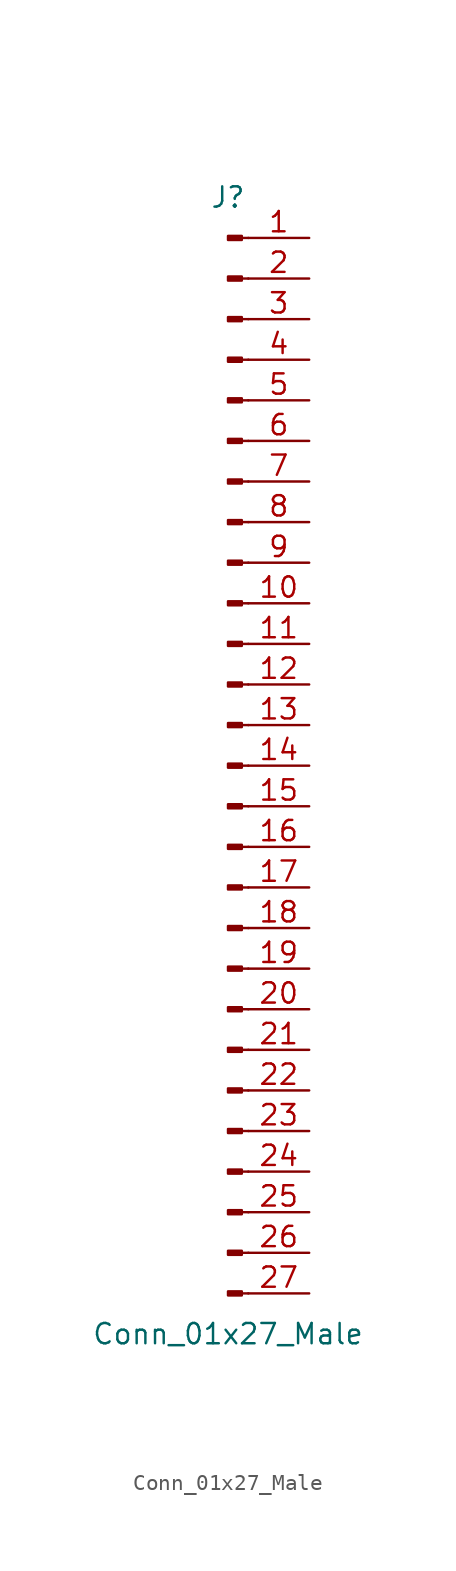
<source format=kicad_sym>
(kicad_symbol_lib
  (version 20220914)
  (generator kicad_symbol_editor)
  (symbol "Conn_01x27_Male"
    (pin_names
      (offset 1.016) hide)
    (property "Reference" "J"
      (at 0 35.56 0)
      (effects (font (size 1.27 1.27))))
    (property "Value" "Conn_01x27_Male"
      (at 0 -35.56 0)
      (effects (font (size 1.27 1.27))))
    (symbol "Conn_01x27_Male_1_1"
      (polyline (pts (xy 1.27 -33.02) (xy 0.864 -33.02)) (stroke (width 0.152) (type solid)) (fill (type none)))
      (polyline (pts (xy 1.27 -30.48) (xy 0.864 -30.48)) (stroke (width 0.152) (type solid)) (fill (type none)))
      (polyline (pts (xy 1.27 -27.94) (xy 0.864 -27.94)) (stroke (width 0.152) (type solid)) (fill (type none)))
      (polyline (pts (xy 1.27 -25.4) (xy 0.864 -25.4)) (stroke (width 0.152) (type solid)) (fill (type none)))
      (polyline (pts (xy 1.27 -22.86) (xy 0.864 -22.86)) (stroke (width 0.152) (type solid)) (fill (type none)))
      (polyline (pts (xy 1.27 -20.32) (xy 0.864 -20.32)) (stroke (width 0.152) (type solid)) (fill (type none)))
      (polyline (pts (xy 1.27 -17.78) (xy 0.864 -17.78)) (stroke (width 0.152) (type solid)) (fill (type none)))
      (polyline (pts (xy 1.27 -15.24) (xy 0.864 -15.24)) (stroke (width 0.152) (type solid)) (fill (type none)))
      (polyline (pts (xy 1.27 -12.7) (xy 0.864 -12.7)) (stroke (width 0.152) (type solid)) (fill (type none)))
      (polyline (pts (xy 1.27 -10.16) (xy 0.864 -10.16)) (stroke (width 0.152) (type solid)) (fill (type none)))
      (polyline (pts (xy 1.27 -7.62) (xy 0.864 -7.62)) (stroke (width 0.152) (type solid)) (fill (type none)))
      (polyline (pts (xy 1.27 -5.08) (xy 0.864 -5.08)) (stroke (width 0.152) (type solid)) (fill (type none)))
      (polyline (pts (xy 1.27 -2.54) (xy 0.864 -2.54)) (stroke (width 0.152) (type solid)) (fill (type none)))
      (polyline (pts (xy 1.27 0) (xy 0.864 0)) (stroke (width 0.152) (type solid)) (fill (type none)))
      (polyline (pts (xy 1.27 2.54) (xy 0.864 2.54)) (stroke (width 0.152) (type solid)) (fill (type none)))
      (polyline (pts (xy 1.27 5.08) (xy 0.864 5.08)) (stroke (width 0.152) (type solid)) (fill (type none)))
      (polyline (pts (xy 1.27 7.62) (xy 0.864 7.62)) (stroke (width 0.152) (type solid)) (fill (type none)))
      (polyline (pts (xy 1.27 10.16) (xy 0.864 10.16)) (stroke (width 0.152) (type solid)) (fill (type none)))
      (polyline (pts (xy 1.27 12.7) (xy 0.864 12.7)) (stroke (width 0.152) (type solid)) (fill (type none)))
      (polyline (pts (xy 1.27 15.24) (xy 0.864 15.24)) (stroke (width 0.152) (type solid)) (fill (type none)))
      (polyline (pts (xy 1.27 17.78) (xy 0.864 17.78)) (stroke (width 0.152) (type solid)) (fill (type none)))
      (polyline (pts (xy 1.27 20.32) (xy 0.864 20.32)) (stroke (width 0.152) (type solid)) (fill (type none)))
      (polyline (pts (xy 1.27 22.86) (xy 0.864 22.86)) (stroke (width 0.152) (type solid)) (fill (type none)))
      (polyline (pts (xy 1.27 25.4) (xy 0.864 25.4)) (stroke (width 0.152) (type solid)) (fill (type none)))
      (polyline (pts (xy 1.27 27.94) (xy 0.864 27.94)) (stroke (width 0.152) (type solid)) (fill (type none)))
      (polyline (pts (xy 1.27 30.48) (xy 0.864 30.48)) (stroke (width 0.152) (type solid)) (fill (type none)))
      (polyline (pts (xy 1.27 33.02) (xy 0.864 33.02)) (stroke (width 0.152) (type solid)) (fill (type none)))
      (rectangle (start 0.864 -32.893) (end 0 -33.147) (stroke (width 0.152) (type solid)) (fill (type outline)))
      (rectangle (start 0.864 -30.353) (end 0 -30.607) (stroke (width 0.152) (type solid)) (fill (type outline)))
      (rectangle (start 0.864 -27.813) (end 0 -28.067) (stroke (width 0.152) (type solid)) (fill (type outline)))
      (rectangle (start 0.864 -25.273) (end 0 -25.527) (stroke (width 0.152) (type solid)) (fill (type outline)))
      (rectangle (start 0.864 -22.733) (end 0 -22.987) (stroke (width 0.152) (type solid)) (fill (type outline)))
      (rectangle (start 0.864 -20.193) (end 0 -20.447) (stroke (width 0.152) (type solid)) (fill (type outline)))
      (rectangle (start 0.864 -17.653) (end 0 -17.907) (stroke (width 0.152) (type solid)) (fill (type outline)))
      (rectangle (start 0.864 -15.113) (end 0 -15.367) (stroke (width 0.152) (type solid)) (fill (type outline)))
      (rectangle (start 0.864 -12.573) (end 0 -12.827) (stroke (width 0.152) (type solid)) (fill (type outline)))
      (rectangle (start 0.864 -10.033) (end 0 -10.287) (stroke (width 0.152) (type solid)) (fill (type outline)))
      (rectangle (start 0.864 -7.493) (end 0 -7.747) (stroke (width 0.152) (type solid)) (fill (type outline)))
      (rectangle (start 0.864 -4.953) (end 0 -5.207) (stroke (width 0.152) (type solid)) (fill (type outline)))
      (rectangle (start 0.864 -2.413) (end 0 -2.667) (stroke (width 0.152) (type solid)) (fill (type outline)))
      (rectangle (start 0.864 0.127) (end 0 -0.127) (stroke (width 0.152) (type solid)) (fill (type outline)))
      (rectangle (start 0.864 2.667) (end 0 2.413) (stroke (width 0.152) (type solid)) (fill (type outline)))
      (rectangle (start 0.864 5.207) (end 0 4.953) (stroke (width 0.152) (type solid)) (fill (type outline)))
      (rectangle (start 0.864 7.747) (end 0 7.493) (stroke (width 0.152) (type solid)) (fill (type outline)))
      (rectangle (start 0.864 10.287) (end 0 10.033) (stroke (width 0.152) (type solid)) (fill (type outline)))
      (rectangle (start 0.864 12.827) (end 0 12.573) (stroke (width 0.152) (type solid)) (fill (type outline)))
      (rectangle (start 0.864 15.367) (end 0 15.113) (stroke (width 0.152) (type solid)) (fill (type outline)))
      (rectangle (start 0.864 17.907) (end 0 17.653) (stroke (width 0.152) (type solid)) (fill (type outline)))
      (rectangle (start 0.864 20.447) (end 0 20.193) (stroke (width 0.152) (type solid)) (fill (type outline)))
      (rectangle (start 0.864 22.987) (end 0 22.733) (stroke (width 0.152) (type solid)) (fill (type outline)))
      (rectangle (start 0.864 25.527) (end 0 25.273) (stroke (width 0.152) (type solid)) (fill (type outline)))
      (rectangle (start 0.864 28.067) (end 0 27.813) (stroke (width 0.152) (type solid)) (fill (type outline)))
      (rectangle (start 0.864 30.607) (end 0 30.353) (stroke (width 0.152) (type solid)) (fill (type outline)))
      (rectangle (start 0.864 33.147) (end 0 32.893) (stroke (width 0.152) (type solid)) (fill (type outline)))
      (pin passive line (at 5.08 33.02 180) (length 3.81) (name "Pin_1" (effects (font (size 1.27 1.27)))) (number "1" (effects (font (size 1.27 1.27)))))
      (pin passive line (at 5.08 10.16 180) (length 3.81) (name "Pin_10" (effects (font (size 1.27 1.27)))) (number "10" (effects (font (size 1.27 1.27)))))
      (pin passive line (at 5.08 7.62 180) (length 3.81) (name "Pin_11" (effects (font (size 1.27 1.27)))) (number "11" (effects (font (size 1.27 1.27)))))
      (pin passive line (at 5.08 5.08 180) (length 3.81) (name "Pin_12" (effects (font (size 1.27 1.27)))) (number "12" (effects (font (size 1.27 1.27)))))
      (pin passive line (at 5.08 2.54 180) (length 3.81) (name "Pin_13" (effects (font (size 1.27 1.27)))) (number "13" (effects (font (size 1.27 1.27)))))
      (pin passive line (at 5.08 0 180) (length 3.81) (name "Pin_14" (effects (font (size 1.27 1.27)))) (number "14" (effects (font (size 1.27 1.27)))))
      (pin passive line (at 5.08 -2.54 180) (length 3.81) (name "Pin_15" (effects (font (size 1.27 1.27)))) (number "15" (effects (font (size 1.27 1.27)))))
      (pin passive line (at 5.08 -5.08 180) (length 3.81) (name "Pin_16" (effects (font (size 1.27 1.27)))) (number "16" (effects (font (size 1.27 1.27)))))
      (pin passive line (at 5.08 -7.62 180) (length 3.81) (name "Pin_17" (effects (font (size 1.27 1.27)))) (number "17" (effects (font (size 1.27 1.27)))))
      (pin passive line (at 5.08 -10.16 180) (length 3.81) (name "Pin_18" (effects (font (size 1.27 1.27)))) (number "18" (effects (font (size 1.27 1.27)))))
      (pin passive line (at 5.08 -12.7 180) (length 3.81) (name "Pin_19" (effects (font (size 1.27 1.27)))) (number "19" (effects (font (size 1.27 1.27)))))
      (pin passive line (at 5.08 30.48 180) (length 3.81) (name "Pin_2" (effects (font (size 1.27 1.27)))) (number "2" (effects (font (size 1.27 1.27)))))
      (pin passive line (at 5.08 -15.24 180) (length 3.81) (name "Pin_20" (effects (font (size 1.27 1.27)))) (number "20" (effects (font (size 1.27 1.27)))))
      (pin passive line (at 5.08 -17.78 180) (length 3.81) (name "Pin_21" (effects (font (size 1.27 1.27)))) (number "21" (effects (font (size 1.27 1.27)))))
      (pin passive line (at 5.08 -20.32 180) (length 3.81) (name "Pin_22" (effects (font (size 1.27 1.27)))) (number "22" (effects (font (size 1.27 1.27)))))
      (pin passive line (at 5.08 -22.86 180) (length 3.81) (name "Pin_23" (effects (font (size 1.27 1.27)))) (number "23" (effects (font (size 1.27 1.27)))))
      (pin passive line (at 5.08 -25.4 180) (length 3.81) (name "Pin_24" (effects (font (size 1.27 1.27)))) (number "24" (effects (font (size 1.27 1.27)))))
      (pin passive line (at 5.08 -27.94 180) (length 3.81) (name "Pin_25" (effects (font (size 1.27 1.27)))) (number "25" (effects (font (size 1.27 1.27)))))
      (pin passive line (at 5.08 -30.48 180) (length 3.81) (name "Pin_26" (effects (font (size 1.27 1.27)))) (number "26" (effects (font (size 1.27 1.27)))))
      (pin passive line (at 5.08 -33.02 180) (length 3.81) (name "Pin_27" (effects (font (size 1.27 1.27)))) (number "27" (effects (font (size 1.27 1.27)))))
      (pin passive line (at 5.08 27.94 180) (length 3.81) (name "Pin_3" (effects (font (size 1.27 1.27)))) (number "3" (effects (font (size 1.27 1.27)))))
      (pin passive line (at 5.08 25.4 180) (length 3.81) (name "Pin_4" (effects (font (size 1.27 1.27)))) (number "4" (effects (font (size 1.27 1.27)))))
      (pin passive line (at 5.08 22.86 180) (length 3.81) (name "Pin_5" (effects (font (size 1.27 1.27)))) (number "5" (effects (font (size 1.27 1.27)))))
      (pin passive line (at 5.08 20.32 180) (length 3.81) (name "Pin_6" (effects (font (size 1.27 1.27)))) (number "6" (effects (font (size 1.27 1.27)))))
      (pin passive line (at 5.08 17.78 180) (length 3.81) (name "Pin_7" (effects (font (size 1.27 1.27)))) (number "7" (effects (font (size 1.27 1.27)))))
      (pin passive line (at 5.08 15.24 180) (length 3.81) (name "Pin_8" (effects (font (size 1.27 1.27)))) (number "8" (effects (font (size 1.27 1.27)))))
      (pin passive line (at 5.08 12.7 180) (length 3.81) (name "Pin_9" (effects (font (size 1.27 1.27)))) (number "9" (effects (font (size 1.27 1.27))))))))
</source>
